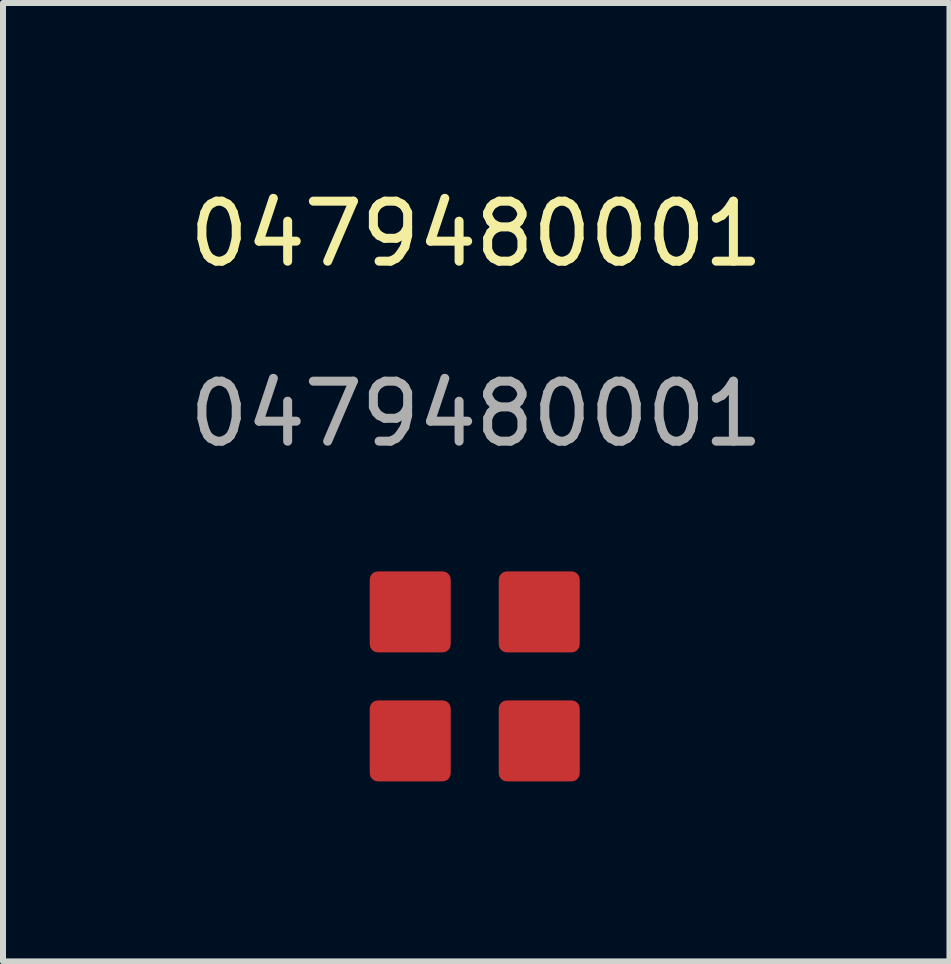
<source format=kicad_pcb>
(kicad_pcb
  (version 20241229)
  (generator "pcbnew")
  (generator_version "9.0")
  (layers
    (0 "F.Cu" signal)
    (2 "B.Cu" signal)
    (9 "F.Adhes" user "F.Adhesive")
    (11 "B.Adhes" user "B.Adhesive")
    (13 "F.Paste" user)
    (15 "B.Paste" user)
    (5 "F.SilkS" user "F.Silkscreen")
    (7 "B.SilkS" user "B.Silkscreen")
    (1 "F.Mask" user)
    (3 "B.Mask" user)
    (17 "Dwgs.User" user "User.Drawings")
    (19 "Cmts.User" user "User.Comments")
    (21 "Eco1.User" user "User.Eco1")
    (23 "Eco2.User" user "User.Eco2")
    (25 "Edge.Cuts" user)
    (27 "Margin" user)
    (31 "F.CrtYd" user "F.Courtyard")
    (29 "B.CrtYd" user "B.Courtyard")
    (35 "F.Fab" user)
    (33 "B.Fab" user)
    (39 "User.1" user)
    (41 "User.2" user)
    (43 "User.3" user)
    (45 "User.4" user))
  (footprint "0479480001"
    (layer "F.Cu")
    (at 4.862 8.223)
    (property "Reference" "0479480001" (at 0.025 -7.375 0) (unlocked yes) (layer "F.SilkS") (effects (font (size 1 1) (thickness 0.15))))
    (attr through_hole)
    (fp_text user "${REFERENCE}" (at 0.025 -4.375 0) (unlocked yes) (layer "F.Fab") (effects (font (size 1 1) (thickness 0.15))))
    (pad "1" smd roundrect (at -1.075 -1.075) (size 1.35 1.35) (layers "F.Cu" "F.Mask" "F.Paste") (roundrect_rratio 0.1))
    (pad "1" smd roundrect (at -1.075 1.075) (size 1.35 1.35) (layers "F.Cu" "F.Mask" "F.Paste") (roundrect_rratio 0.1))
    (pad "1" smd roundrect (at 1.075 -1.075) (size 1.35 1.35) (layers "F.Cu" "F.Mask" "F.Paste") (roundrect_rratio 0.1))
    (pad "1" smd roundrect (at 1.075 1.075) (size 1.35 1.35) (layers "F.Cu" "F.Mask" "F.Paste") (roundrect_rratio 0.1)))
  (gr_rect
    (start -3 -3)
    (end 12.774 12.973)
    (stroke (width 0.1) (type default))
    (fill no)
    (layer "Edge.Cuts")))
</source>
